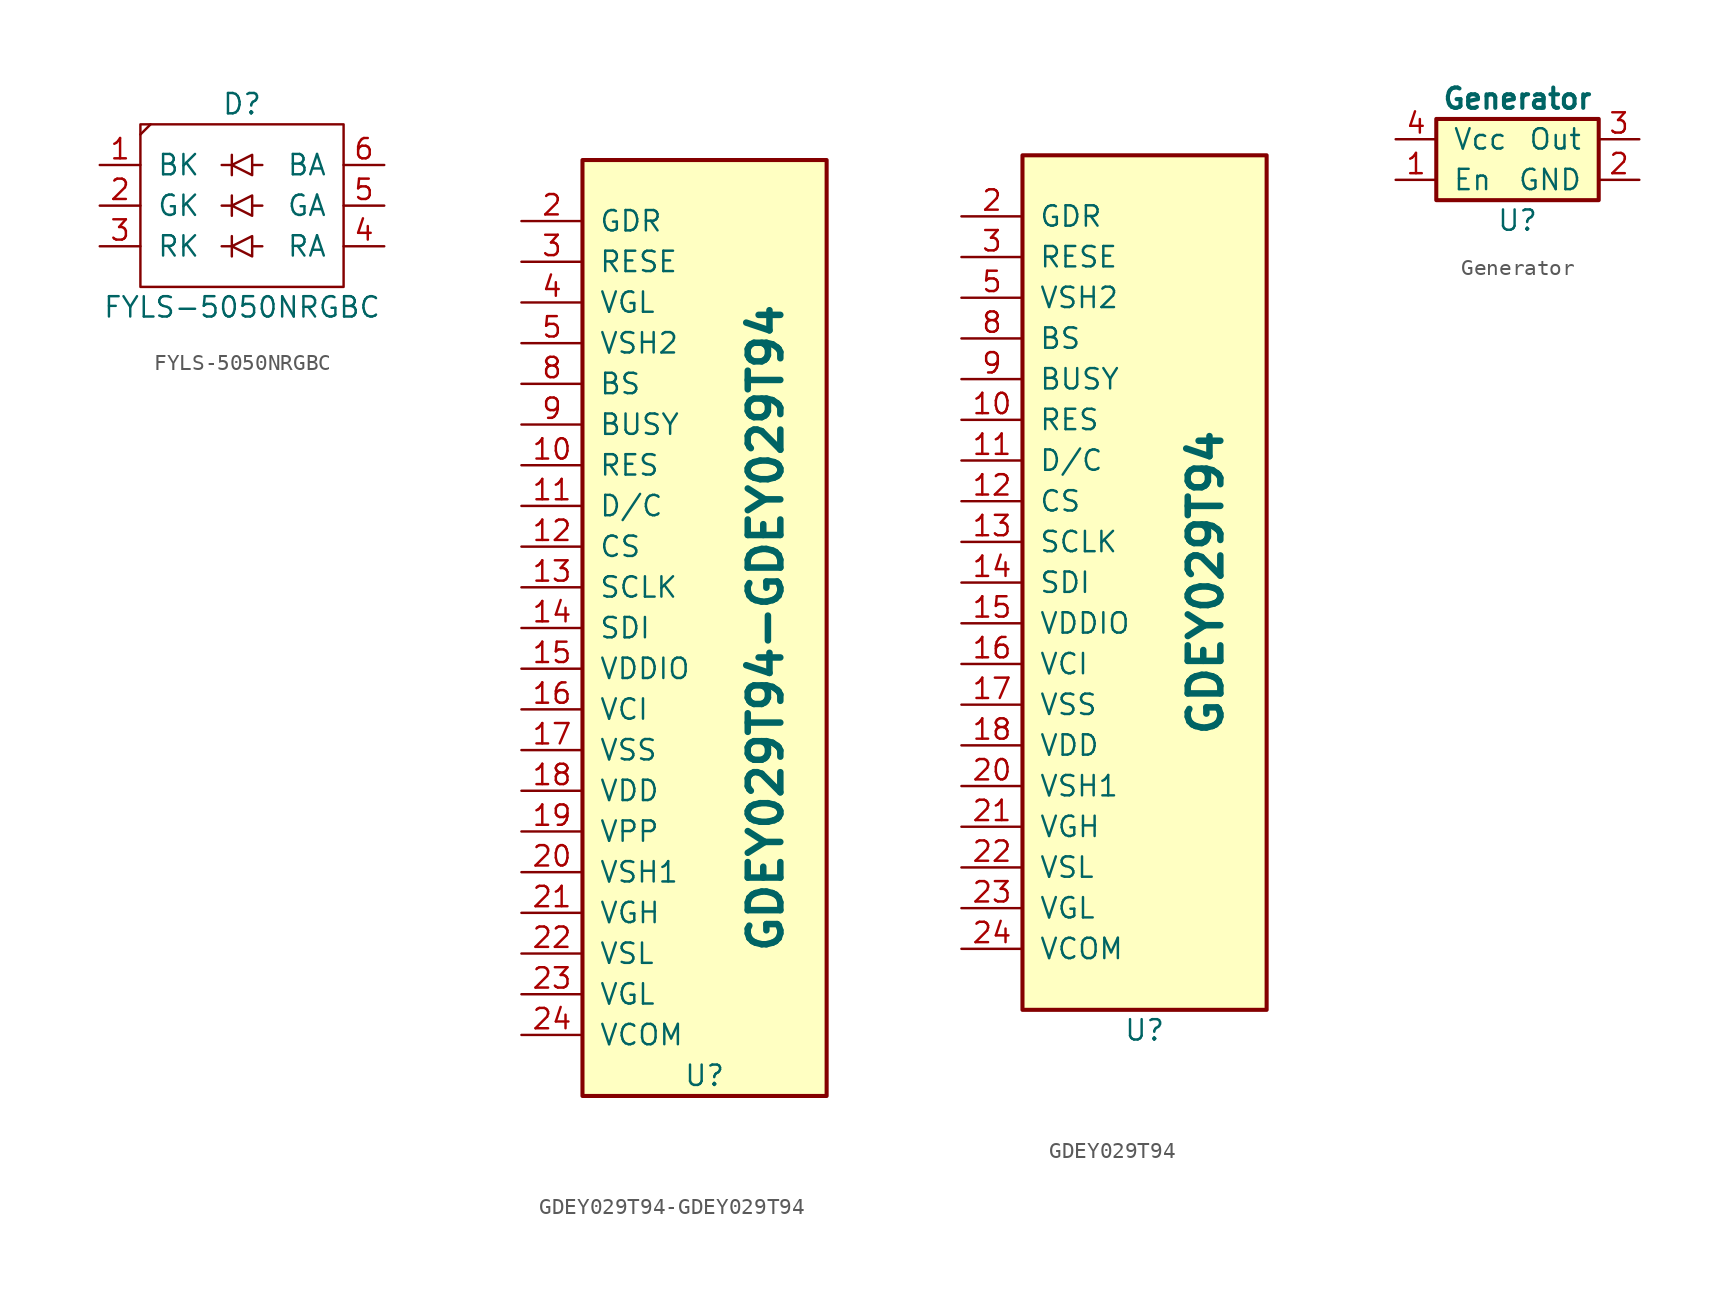
<source format=kicad_sym>
(kicad_symbol_lib
  (version 20231120)
  (generator "kicad_symbol_editor")
  (generator_version "8.0")
  (symbol "FYLS-5050NRGBC"
    (pin_names
      (offset 1.016))
    (property "Reference" "D"
      (at 0 6.35 0)
      (effects (font (size 1.27 1.27))))
    (property "Value" "FYLS-5050NRGBC"
      (at 0 -6.35 0)
      (effects (font (size 1.27 1.27))))
    (symbol "FYLS-5050NRGBC_0_1"
      (rectangle (start -6.35 5.08) (end 6.35 -5.08) (stroke (width 0) (type default)) (fill (type none)))
      (polyline (pts (xy -5.715 5.08) (xy -6.35 4.445)) (stroke (width 0) (type default)) (fill (type none)))
      (polyline (pts (xy -0.635 -2.54) (xy -1.27 -2.54)) (stroke (width 0) (type default)) (fill (type none)))
      (polyline (pts (xy -0.635 -1.905) (xy -0.635 -3.175)) (stroke (width 0) (type default)) (fill (type none)))
      (polyline (pts (xy -0.635 0) (xy -1.27 0)) (stroke (width 0) (type default)) (fill (type none)))
      (polyline (pts (xy -0.635 0.635) (xy -0.635 -0.635)) (stroke (width 0) (type default)) (fill (type none)))
      (polyline (pts (xy -0.635 2.54) (xy -1.27 2.54)) (stroke (width 0) (type default)) (fill (type none)))
      (polyline (pts (xy -0.635 3.175) (xy -0.635 1.905)) (stroke (width 0) (type default)) (fill (type none)))
      (polyline (pts (xy 0.635 -2.54) (xy 1.27 -2.54)) (stroke (width 0) (type default)) (fill (type none)))
      (polyline (pts (xy 0.635 0) (xy 1.27 0)) (stroke (width 0) (type default)) (fill (type none)))
      (polyline (pts (xy 0.635 2.54) (xy 1.27 2.54)) (stroke (width 0) (type default)) (fill (type none)))
      (polyline (pts (xy 0.635 -1.905) (xy 0.635 -3.175) (xy -0.635 -2.54) (xy 0.635 -1.905)) (stroke (width 0) (type default)) (fill (type none)))
      (polyline (pts (xy 0.635 0.635) (xy 0.635 -0.635) (xy -0.635 0) (xy 0.635 0.635)) (stroke (width 0) (type default)) (fill (type none)))
      (polyline (pts (xy 0.635 3.175) (xy 0.635 1.905) (xy -0.635 2.54) (xy 0.635 3.175)) (stroke (width 0) (type default)) (fill (type none))))
    (symbol "FYLS-5050NRGBC_1_1"
      (pin input line (at -8.89 2.54 0) (length 2.54) (name "BK" (effects (font (size 1.27 1.27)))) (number "1" (effects (font (size 1.27 1.27)))))
      (pin input line (at -8.89 0 0) (length 2.54) (name "GK" (effects (font (size 1.27 1.27)))) (number "2" (effects (font (size 1.27 1.27)))))
      (pin input line (at -8.89 -2.54 0) (length 2.54) (name "RK" (effects (font (size 1.27 1.27)))) (number "3" (effects (font (size 1.27 1.27)))))
      (pin input line (at 8.89 -2.54 180) (length 2.54) (name "RA" (effects (font (size 1.27 1.27)))) (number "4" (effects (font (size 1.27 1.27)))))
      (pin input line (at 8.89 0 180) (length 2.54) (name "GA" (effects (font (size 1.27 1.27)))) (number "5" (effects (font (size 1.27 1.27)))))
      (pin input line (at 8.89 2.54 180) (length 2.54) (name "BA" (effects (font (size 1.27 1.27)))) (number "6" (effects (font (size 1.27 1.27)))))))
  (symbol "GDEY029T94-GDEY029T94"
    (pin_names
      (offset 1.016))
    (property "Reference" "U"
      (at 0 -27.94 0)
      (effects (font (size 1.27 1.27))))
    (property "Value" "GDEY029T94-GDEY029T94"
      (at 3.81 0 90)
      (effects (font (size 2.032 2.032) (bold yes))))
    (symbol "GDEY029T94-GDEY029T94_0_1"
      (rectangle (start -7.62 29.21) (end 7.62 -29.21) (stroke (width 0.254) (type default)) (fill (type background))))
    (symbol "GDEY029T94-GDEY029T94_1_1"
      (pin passive line (at -11.43 10.16 0) (length 3.81) (name "RES" (effects (font (size 1.27 1.27)))) (number "10" (effects (font (size 1.27 1.27)))))
      (pin passive line (at -11.43 7.62 0) (length 3.81) (name "D/C" (effects (font (size 1.27 1.27)))) (number "11" (effects (font (size 1.27 1.27)))))
      (pin passive line (at -11.43 5.08 0) (length 3.81) (name "CS" (effects (font (size 1.27 1.27)))) (number "12" (effects (font (size 1.27 1.27)))))
      (pin passive line (at -11.43 2.54 0) (length 3.81) (name "SCLK" (effects (font (size 1.27 1.27)))) (number "13" (effects (font (size 1.27 1.27)))))
      (pin passive line (at -11.43 0 0) (length 3.81) (name "SDI" (effects (font (size 1.27 1.27)))) (number "14" (effects (font (size 1.27 1.27)))))
      (pin passive line (at -11.43 -2.54 0) (length 3.81) (name "VDDIO" (effects (font (size 1.27 1.27)))) (number "15" (effects (font (size 1.27 1.27)))))
      (pin passive line (at -11.43 -5.08 0) (length 3.81) (name "VCI" (effects (font (size 1.27 1.27)))) (number "16" (effects (font (size 1.27 1.27)))))
      (pin passive line (at -11.43 -7.62 0) (length 3.81) (name "VSS" (effects (font (size 1.27 1.27)))) (number "17" (effects (font (size 1.27 1.27)))))
      (pin passive line (at -11.43 -10.16 0) (length 3.81) (name "VDD" (effects (font (size 1.27 1.27)))) (number "18" (effects (font (size 1.27 1.27)))))
      (pin passive line (at -11.43 -12.7 0) (length 3.81) (name "VPP" (effects (font (size 1.27 1.27)))) (number "19" (effects (font (size 1.27 1.27)))))
      (pin passive line (at -11.43 25.4 0) (length 3.81) (name "GDR" (effects (font (size 1.27 1.27)))) (number "2" (effects (font (size 1.27 1.27)))))
      (pin passive line (at -11.43 -15.24 0) (length 3.81) (name "VSH1" (effects (font (size 1.27 1.27)))) (number "20" (effects (font (size 1.27 1.27)))))
      (pin passive line (at -11.43 -17.78 0) (length 3.81) (name "VGH" (effects (font (size 1.27 1.27)))) (number "21" (effects (font (size 1.27 1.27)))))
      (pin passive line (at -11.43 -20.32 0) (length 3.81) (name "VSL" (effects (font (size 1.27 1.27)))) (number "22" (effects (font (size 1.27 1.27)))))
      (pin passive line (at -11.43 -22.86 0) (length 3.81) (name "VGL" (effects (font (size 1.27 1.27)))) (number "23" (effects (font (size 1.27 1.27)))))
      (pin passive line (at -11.43 -25.4 0) (length 3.81) (name "VCOM" (effects (font (size 1.27 1.27)))) (number "24" (effects (font (size 1.27 1.27)))))
      (pin passive line (at -11.43 22.86 0) (length 3.81) (name "RESE" (effects (font (size 1.27 1.27)))) (number "3" (effects (font (size 1.27 1.27)))))
      (pin passive line (at -11.43 20.32 0) (length 3.81) (name "VGL" (effects (font (size 1.27 1.27)))) (number "4" (effects (font (size 1.27 1.27)))))
      (pin passive line (at -11.43 17.78 0) (length 3.81) (name "VSH2" (effects (font (size 1.27 1.27)))) (number "5" (effects (font (size 1.27 1.27)))))
      (pin passive line (at -11.43 15.24 0) (length 3.81) (name "BS" (effects (font (size 1.27 1.27)))) (number "8" (effects (font (size 1.27 1.27)))))
      (pin passive line (at -11.43 12.7 0) (length 3.81) (name "BUSY" (effects (font (size 1.27 1.27)))) (number "9" (effects (font (size 1.27 1.27)))))))
  (symbol "GDEY029T94"
    (pin_names
      (offset 1.016))
    (property "Reference" "U"
      (at 0 -27.94 0)
      (effects (font (size 1.27 1.27))))
    (property "Value" "GDEY029T94"
      (at 3.81 0 90)
      (effects (font (size 2.032 2.032) (bold yes))))
    (symbol "GDEY029T94_0_1"
      (rectangle (start -7.62 26.67) (end 7.62 -26.67) (stroke (width 0.254) (type default)) (fill (type background))))
    (symbol "GDEY029T94_1_1"
      (pin passive line (at -11.43 10.16 0) (length 3.81) (name "RES" (effects (font (size 1.27 1.27)))) (number "10" (effects (font (size 1.27 1.27)))))
      (pin passive line (at -11.43 7.62 0) (length 3.81) (name "D/C" (effects (font (size 1.27 1.27)))) (number "11" (effects (font (size 1.27 1.27)))))
      (pin passive line (at -11.43 5.08 0) (length 3.81) (name "CS" (effects (font (size 1.27 1.27)))) (number "12" (effects (font (size 1.27 1.27)))))
      (pin passive line (at -11.43 2.54 0) (length 3.81) (name "SCLK" (effects (font (size 1.27 1.27)))) (number "13" (effects (font (size 1.27 1.27)))))
      (pin passive line (at -11.43 0 0) (length 3.81) (name "SDI" (effects (font (size 1.27 1.27)))) (number "14" (effects (font (size 1.27 1.27)))))
      (pin passive line (at -11.43 -2.54 0) (length 3.81) (name "VDDIO" (effects (font (size 1.27 1.27)))) (number "15" (effects (font (size 1.27 1.27)))))
      (pin passive line (at -11.43 -5.08 0) (length 3.81) (name "VCI" (effects (font (size 1.27 1.27)))) (number "16" (effects (font (size 1.27 1.27)))))
      (pin passive line (at -11.43 -7.62 0) (length 3.81) (name "VSS" (effects (font (size 1.27 1.27)))) (number "17" (effects (font (size 1.27 1.27)))))
      (pin passive line (at -11.43 -10.16 0) (length 3.81) (name "VDD" (effects (font (size 1.27 1.27)))) (number "18" (effects (font (size 1.27 1.27)))))
      (pin passive line (at -11.43 22.86 0) (length 3.81) (name "GDR" (effects (font (size 1.27 1.27)))) (number "2" (effects (font (size 1.27 1.27)))))
      (pin passive line (at -11.43 -12.7 0) (length 3.81) (name "VSH1" (effects (font (size 1.27 1.27)))) (number "20" (effects (font (size 1.27 1.27)))))
      (pin passive line (at -11.43 -15.24 0) (length 3.81) (name "VGH" (effects (font (size 1.27 1.27)))) (number "21" (effects (font (size 1.27 1.27)))))
      (pin passive line (at -11.43 -17.78 0) (length 3.81) (name "VSL" (effects (font (size 1.27 1.27)))) (number "22" (effects (font (size 1.27 1.27)))))
      (pin passive line (at -11.43 -20.32 0) (length 3.81) (name "VGL" (effects (font (size 1.27 1.27)))) (number "23" (effects (font (size 1.27 1.27)))))
      (pin passive line (at -11.43 -22.86 0) (length 3.81) (name "VCOM" (effects (font (size 1.27 1.27)))) (number "24" (effects (font (size 1.27 1.27)))))
      (pin passive line (at -11.43 20.32 0) (length 3.81) (name "RESE" (effects (font (size 1.27 1.27)))) (number "3" (effects (font (size 1.27 1.27)))))
      (pin passive line (at -11.43 17.78 0) (length 3.81) (name "VSH2" (effects (font (size 1.27 1.27)))) (number "5" (effects (font (size 1.27 1.27)))))
      (pin passive line (at -11.43 15.24 0) (length 3.81) (name "BS" (effects (font (size 1.27 1.27)))) (number "8" (effects (font (size 1.27 1.27)))))
      (pin passive line (at -11.43 12.7 0) (length 3.81) (name "BUSY" (effects (font (size 1.27 1.27)))) (number "9" (effects (font (size 1.27 1.27)))))))
  (symbol "Generator"
    (pin_names
      (offset 1.016))
    (property "Reference" "U"
      (at 0 -3.81 0)
      (effects (font (size 1.27 1.27))))
    (property "Value" "Generator"
      (at 0 3.81 0)
      (effects (font (size 1.27 1.27) (bold yes))))
    (symbol "Generator_0_1"
      (rectangle (start -5.08 2.54) (end 5.08 -2.54) (stroke (width 0.254) (type default)) (fill (type background))))
    (symbol "Generator_1_1"
      (pin passive line (at -7.62 -1.27 0) (length 2.54) (name "En" (effects (font (size 1.27 1.27)))) (number "1" (effects (font (size 1.27 1.27)))))
      (pin passive line (at 7.62 -1.27 180) (length 2.54) (name "GND" (effects (font (size 1.27 1.27)))) (number "2" (effects (font (size 1.27 1.27)))))
      (pin passive line (at 7.62 1.27 180) (length 2.54) (name "Out" (effects (font (size 1.27 1.27)))) (number "3" (effects (font (size 1.27 1.27)))))
      (pin passive line (at -7.62 1.27 0) (length 2.54) (name "Vcc" (effects (font (size 1.27 1.27)))) (number "4" (effects (font (size 1.27 1.27))))))))
</source>
